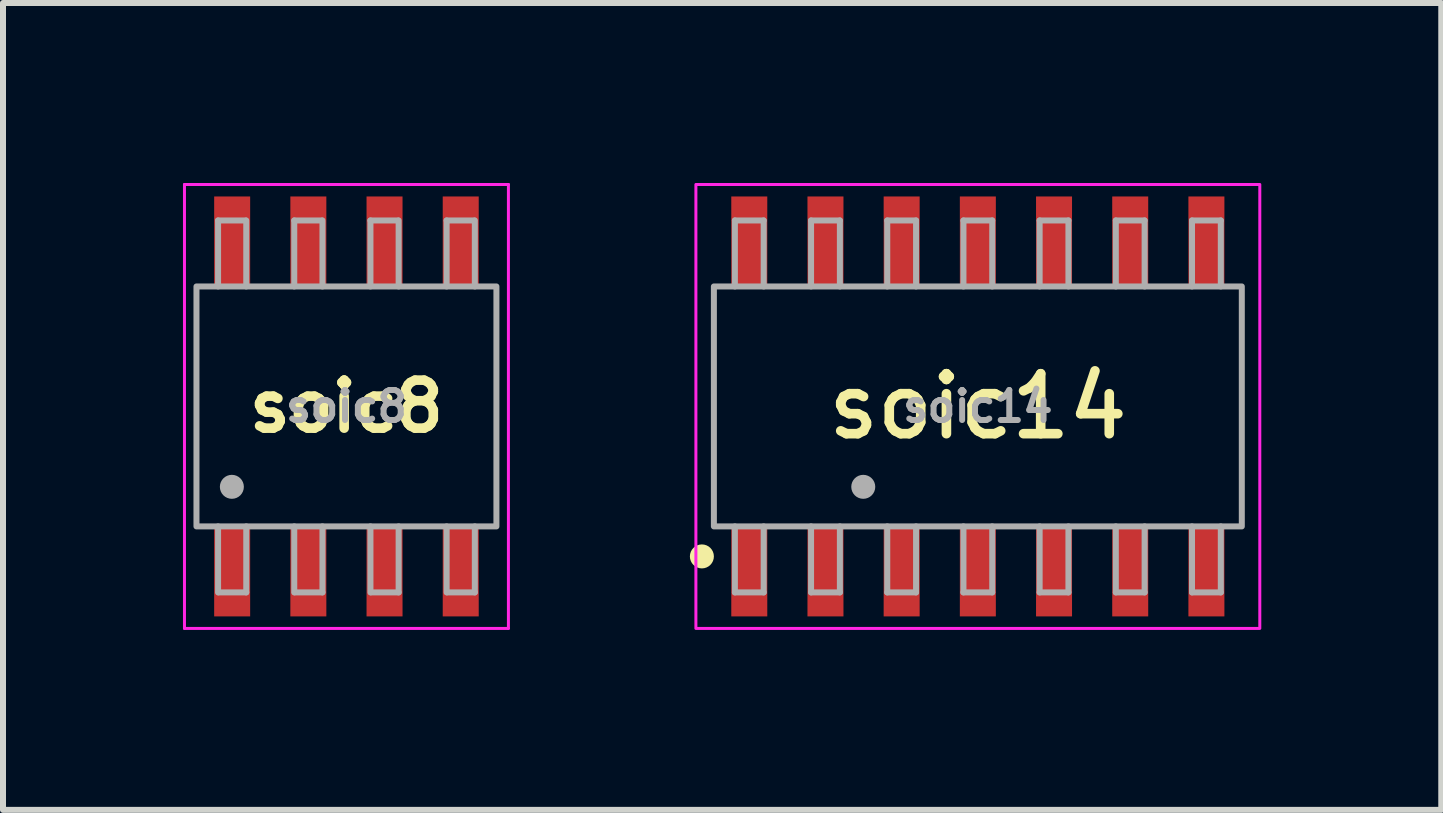
<source format=kicad_pcb>
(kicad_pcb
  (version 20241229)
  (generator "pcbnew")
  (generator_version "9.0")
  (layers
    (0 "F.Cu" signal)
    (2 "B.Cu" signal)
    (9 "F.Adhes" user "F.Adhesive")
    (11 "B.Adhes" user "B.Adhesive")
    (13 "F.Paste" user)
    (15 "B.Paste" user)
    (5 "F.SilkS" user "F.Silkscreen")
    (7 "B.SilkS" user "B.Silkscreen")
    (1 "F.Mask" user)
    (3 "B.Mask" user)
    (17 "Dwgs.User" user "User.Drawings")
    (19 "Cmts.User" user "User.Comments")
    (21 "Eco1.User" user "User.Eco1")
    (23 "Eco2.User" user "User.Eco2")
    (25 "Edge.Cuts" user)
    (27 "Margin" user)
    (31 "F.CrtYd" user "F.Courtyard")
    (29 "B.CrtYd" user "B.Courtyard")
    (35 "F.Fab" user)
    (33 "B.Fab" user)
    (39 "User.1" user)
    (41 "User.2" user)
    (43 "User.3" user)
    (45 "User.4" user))
  (footprint "soic14"
    (layer "F.Cu")
    (at 13.25 3.725)
    (property "Reference" "soic14" (at 0 0 0) (unlocked yes) (layer "F.SilkS") (effects (font (size 1 1) (thickness 0.16))))
    (attr smd)
    (fp_circle (center -4.6 2.5) (end -4.5 2.5) (stroke (width 0.2) (type solid)) (fill no) (layer "F.SilkS"))
    (fp_rect (start -4.7 -3.7) (end 4.7 3.7) (stroke (width 0.05) (type solid)) (fill no) (layer "F.CrtYd"))
    (fp_line (start -4.05 -3.1) (end -4.05 -2) (stroke (width 0.1) (type solid)) (layer "F.Fab"))
    (fp_line (start -4.05 2) (end -4.05 3.1) (stroke (width 0.1) (type solid)) (layer "F.Fab"))
    (fp_line (start -4.05 3.1) (end -3.57 3.1) (stroke (width 0.1) (type solid)) (layer "F.Fab"))
    (fp_line (start -3.57 -3.1) (end -4.05 -3.1) (stroke (width 0.1) (type solid)) (layer "F.Fab"))
    (fp_line (start -3.57 -2) (end -3.57 -3.1) (stroke (width 0.1) (type solid)) (layer "F.Fab"))
    (fp_line (start -3.57 3.1) (end -3.57 2) (stroke (width 0.1) (type solid)) (layer "F.Fab"))
    (fp_line (start -2.78 -3.1) (end -2.78 -2) (stroke (width 0.1) (type solid)) (layer "F.Fab"))
    (fp_line (start -2.78 2) (end -2.78 3.1) (stroke (width 0.1) (type solid)) (layer "F.Fab"))
    (fp_line (start -2.78 3.1) (end -2.3 3.1) (stroke (width 0.1) (type solid)) (layer "F.Fab"))
    (fp_line (start -2.3 -3.1) (end -2.78 -3.1) (stroke (width 0.1) (type solid)) (layer "F.Fab"))
    (fp_line (start -2.3 -2) (end -2.3 -3.1) (stroke (width 0.1) (type solid)) (layer "F.Fab"))
    (fp_line (start -2.3 3.1) (end -2.3 2) (stroke (width 0.1) (type solid)) (layer "F.Fab"))
    (fp_line (start -1.51 -3.1) (end -1.51 -2) (stroke (width 0.1) (type solid)) (layer "F.Fab"))
    (fp_line (start -1.51 2) (end -1.51 3.1) (stroke (width 0.1) (type solid)) (layer "F.Fab"))
    (fp_line (start -1.51 3.1) (end -1.03 3.1) (stroke (width 0.1) (type solid)) (layer "F.Fab"))
    (fp_line (start -1.03 -3.1) (end -1.51 -3.1) (stroke (width 0.1) (type solid)) (layer "F.Fab"))
    (fp_line (start -1.03 -2) (end -1.03 -3.1) (stroke (width 0.1) (type solid)) (layer "F.Fab"))
    (fp_line (start -1.03 3.1) (end -1.03 2) (stroke (width 0.1) (type solid)) (layer "F.Fab"))
    (fp_line (start -0.24 -3.1) (end -0.24 -2) (stroke (width 0.1) (type solid)) (layer "F.Fab"))
    (fp_line (start -0.24 2) (end -0.24 3.1) (stroke (width 0.1) (type solid)) (layer "F.Fab"))
    (fp_line (start -0.24 3.1) (end 0.24 3.1) (stroke (width 0.1) (type solid)) (layer "F.Fab"))
    (fp_line (start 0.24 -3.1) (end -0.24 -3.1) (stroke (width 0.1) (type solid)) (layer "F.Fab"))
    (fp_line (start 0.24 -2) (end 0.24 -3.1) (stroke (width 0.1) (type solid)) (layer "F.Fab"))
    (fp_line (start 0.24 3.1) (end 0.24 2) (stroke (width 0.1) (type solid)) (layer "F.Fab"))
    (fp_line (start 1.03 -3.1) (end 1.03 -2) (stroke (width 0.1) (type solid)) (layer "F.Fab"))
    (fp_line (start 1.03 2) (end 1.03 3.1) (stroke (width 0.1) (type solid)) (layer "F.Fab"))
    (fp_line (start 1.03 3.1) (end 1.51 3.1) (stroke (width 0.1) (type solid)) (layer "F.Fab"))
    (fp_line (start 1.51 -3.1) (end 1.03 -3.1) (stroke (width 0.1) (type solid)) (layer "F.Fab"))
    (fp_line (start 1.51 -2) (end 1.51 -3.1) (stroke (width 0.1) (type solid)) (layer "F.Fab"))
    (fp_line (start 1.51 3.1) (end 1.51 2) (stroke (width 0.1) (type solid)) (layer "F.Fab"))
    (fp_line (start 2.3 -3.1) (end 2.3 -2) (stroke (width 0.1) (type solid)) (layer "F.Fab"))
    (fp_line (start 2.3 2) (end 2.3 3.1) (stroke (width 0.1) (type solid)) (layer "F.Fab"))
    (fp_line (start 2.3 3.1) (end 2.78 3.1) (stroke (width 0.1) (type solid)) (layer "F.Fab"))
    (fp_line (start 2.78 -3.1) (end 2.3 -3.1) (stroke (width 0.1) (type solid)) (layer "F.Fab"))
    (fp_line (start 2.78 -2) (end 2.78 -3.1) (stroke (width 0.1) (type solid)) (layer "F.Fab"))
    (fp_line (start 2.78 3.1) (end 2.78 2) (stroke (width 0.1) (type solid)) (layer "F.Fab"))
    (fp_line (start 3.57 -3.1) (end 3.57 -2) (stroke (width 0.1) (type solid)) (layer "F.Fab"))
    (fp_line (start 3.57 2) (end 3.57 3.1) (stroke (width 0.1) (type solid)) (layer "F.Fab"))
    (fp_line (start 3.57 3.1) (end 4.05 3.1) (stroke (width 0.1) (type solid)) (layer "F.Fab"))
    (fp_line (start 4.05 -3.1) (end 3.57 -3.1) (stroke (width 0.1) (type solid)) (layer "F.Fab"))
    (fp_line (start 4.05 -2) (end 4.05 -3.1) (stroke (width 0.1) (type solid)) (layer "F.Fab"))
    (fp_line (start 4.05 3.1) (end 4.05 2) (stroke (width 0.1) (type solid)) (layer "F.Fab"))
    (fp_rect (start -4.4 -2) (end 4.4 2) (stroke (width 0.1) (type solid)) (fill no) (layer "F.Fab"))
    (fp_circle (center -1.91 1.34) (end -1.81 1.34) (stroke (width 0.2) (type solid)) (fill no) (layer "F.Fab"))
    (fp_text user "${REFERENCE}" (at 0 0 0) (unlocked yes) (layer "F.Fab") (effects (font (size 0.5 0.5) (thickness 0.1) (bold yes))))
    (pad "1" smd rect (at -3.81 2.75) (size 0.6 1.5) (layers "F.Cu" "F.Mask" "F.Paste"))
    (pad "2" smd rect (at -2.54 2.75) (size 0.6 1.5) (layers "F.Cu" "F.Mask" "F.Paste"))
    (pad "3" smd rect (at -1.27 2.75) (size 0.6 1.5) (layers "F.Cu" "F.Mask" "F.Paste"))
    (pad "4" smd rect (at 0 2.75) (size 0.6 1.5) (layers "F.Cu" "F.Mask" "F.Paste"))
    (pad "5" smd rect (at 1.27 2.75) (size 0.6 1.5) (layers "F.Cu" "F.Mask" "F.Paste"))
    (pad "6" smd rect (at 2.54 2.75) (size 0.6 1.5) (layers "F.Cu" "F.Mask" "F.Paste"))
    (pad "7" smd rect (at 3.81 2.75) (size 0.6 1.5) (layers "F.Cu" "F.Mask" "F.Paste"))
    (pad "8" smd rect (at 3.81 -2.75) (size 0.6 1.5) (layers "F.Cu" "F.Mask" "F.Paste"))
    (pad "9" smd rect (at 2.54 -2.75) (size 0.6 1.5) (layers "F.Cu" "F.Mask" "F.Paste"))
    (pad "10" smd rect (at 1.27 -2.75) (size 0.6 1.5) (layers "F.Cu" "F.Mask" "F.Paste"))
    (pad "11" smd rect (at 0 -2.75) (size 0.6 1.5) (layers "F.Cu" "F.Mask" "F.Paste"))
    (pad "12" smd rect (at -1.27 -2.75) (size 0.6 1.5) (layers "F.Cu" "F.Mask" "F.Paste"))
    (pad "13" smd rect (at -2.54 -2.75) (size 0.6 1.5) (layers "F.Cu" "F.Mask" "F.Paste"))
    (pad "14" smd rect (at -3.81 -2.75) (size 0.6 1.5) (layers "F.Cu" "F.Mask" "F.Paste")))
  (footprint "soic8"
    (layer "F.Cu")
    (at 2.725 3.725)
    (property "Reference" "soic8" (at 0 0 0) (unlocked yes) (layer "F.SilkS") (effects (font (size 0.8 0.8) (thickness 0.16))))
    (attr smd)
    (fp_line (start -2.7 -3.7) (end -2.7 3.7) (stroke (width 0.05) (type solid)) (layer "F.CrtYd"))
    (fp_line (start -2.7 3.7) (end 2.7 3.7) (stroke (width 0.05) (type solid)) (layer "F.CrtYd"))
    (fp_line (start 2.7 -3.7) (end -2.7 -3.7) (stroke (width 0.05) (type solid)) (layer "F.CrtYd"))
    (fp_line (start 2.7 3.7) (end 2.7 -3.7) (stroke (width 0.05) (type solid)) (layer "F.CrtYd"))
    (fp_line (start -2.14 -3.1) (end -2.14 -2) (stroke (width 0.1) (type solid)) (layer "F.Fab"))
    (fp_line (start -2.14 2) (end -2.14 3.1) (stroke (width 0.1) (type solid)) (layer "F.Fab"))
    (fp_line (start -2.13 3.1) (end -1.67 3.1) (stroke (width 0.1) (type solid)) (layer "F.Fab"))
    (fp_line (start -1.68 -3.1) (end -2.14 -3.1) (stroke (width 0.1) (type solid)) (layer "F.Fab"))
    (fp_line (start -1.67 -2) (end -1.67 -3.1) (stroke (width 0.1) (type solid)) (layer "F.Fab"))
    (fp_line (start -1.67 3.1) (end -1.67 2) (stroke (width 0.1) (type solid)) (layer "F.Fab"))
    (fp_line (start -0.87 -3.1) (end -0.87 -2) (stroke (width 0.1) (type solid)) (layer "F.Fab"))
    (fp_line (start -0.87 2) (end -0.87 3.1) (stroke (width 0.1) (type solid)) (layer "F.Fab"))
    (fp_line (start -0.86 3.1) (end -0.4 3.1) (stroke (width 0.1) (type solid)) (layer "F.Fab"))
    (fp_line (start -0.41 -3.1) (end -0.87 -3.1) (stroke (width 0.1) (type solid)) (layer "F.Fab"))
    (fp_line (start -0.4 -2) (end -0.4 -3.1) (stroke (width 0.1) (type solid)) (layer "F.Fab"))
    (fp_line (start -0.4 3.1) (end -0.4 2) (stroke (width 0.1) (type solid)) (layer "F.Fab"))
    (fp_line (start 0.4 -3.1) (end 0.4 -2) (stroke (width 0.1) (type solid)) (layer "F.Fab"))
    (fp_line (start 0.4 2) (end 0.4 3.1) (stroke (width 0.1) (type solid)) (layer "F.Fab"))
    (fp_line (start 0.41 3.1) (end 0.87 3.1) (stroke (width 0.1) (type solid)) (layer "F.Fab"))
    (fp_line (start 0.86 -3.1) (end 0.4 -3.1) (stroke (width 0.1) (type solid)) (layer "F.Fab"))
    (fp_line (start 0.87 -2) (end 0.87 -3.1) (stroke (width 0.1) (type solid)) (layer "F.Fab"))
    (fp_line (start 0.87 3.1) (end 0.87 2) (stroke (width 0.1) (type solid)) (layer "F.Fab"))
    (fp_line (start 1.67 -3.1) (end 1.67 -2) (stroke (width 0.1) (type solid)) (layer "F.Fab"))
    (fp_line (start 1.67 2) (end 1.67 3.1) (stroke (width 0.1) (type solid)) (layer "F.Fab"))
    (fp_line (start 1.68 3.1) (end 2.14 3.1) (stroke (width 0.1) (type solid)) (layer "F.Fab"))
    (fp_line (start 2.13 -3.1) (end 1.67 -3.1) (stroke (width 0.1) (type solid)) (layer "F.Fab"))
    (fp_line (start 2.14 -2) (end 2.14 -3.1) (stroke (width 0.1) (type solid)) (layer "F.Fab"))
    (fp_line (start 2.14 3.1) (end 2.14 2) (stroke (width 0.1) (type solid)) (layer "F.Fab"))
    (fp_rect (start -2.5 -2) (end 2.5 2) (stroke (width 0.1) (type solid)) (fill no) (layer "F.Fab"))
    (fp_circle (center -1.91 1.34) (end -1.81 1.34) (stroke (width 0.2) (type solid)) (fill no) (layer "F.Fab"))
    (fp_text user "${REFERENCE}" (at 0 0 0) (unlocked yes) (layer "F.Fab") (effects (font (size 0.5 0.5) (thickness 0.1) (bold yes))))
    (pad "1" smd rect (at -1.905 2.75) (size 0.6 1.5) (layers "F.Cu" "F.Mask" "F.Paste"))
    (pad "2" smd rect (at -0.635 2.75) (size 0.6 1.5) (layers "F.Cu" "F.Mask" "F.Paste"))
    (pad "3" smd rect (at 0.635 2.75) (size 0.6 1.5) (layers "F.Cu" "F.Mask" "F.Paste"))
    (pad "4" smd rect (at 1.905 2.75) (size 0.6 1.5) (layers "F.Cu" "F.Mask" "F.Paste"))
    (pad "5" smd rect (at 1.905 -2.75) (size 0.6 1.5) (layers "F.Cu" "F.Mask" "F.Paste"))
    (pad "6" smd rect (at 0.635 -2.75) (size 0.6 1.5) (layers "F.Cu" "F.Mask" "F.Paste"))
    (pad "7" smd rect (at -0.635 -2.75) (size 0.6 1.5) (layers "F.Cu" "F.Mask" "F.Paste"))
    (pad "8" smd rect (at -1.905 -2.75) (size 0.6 1.5) (layers "F.Cu" "F.Mask" "F.Paste")))
  (gr_rect
    (start -3 -3)
    (end 20.975 10.45)
    (stroke (width 0.1) (type default))
    (fill no)
    (layer "Edge.Cuts")))
</source>
